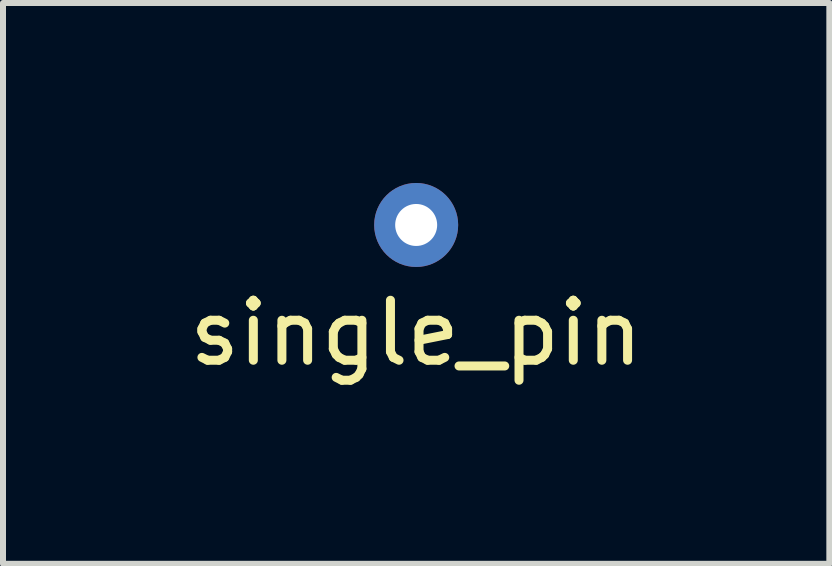
<source format=kicad_pcb>
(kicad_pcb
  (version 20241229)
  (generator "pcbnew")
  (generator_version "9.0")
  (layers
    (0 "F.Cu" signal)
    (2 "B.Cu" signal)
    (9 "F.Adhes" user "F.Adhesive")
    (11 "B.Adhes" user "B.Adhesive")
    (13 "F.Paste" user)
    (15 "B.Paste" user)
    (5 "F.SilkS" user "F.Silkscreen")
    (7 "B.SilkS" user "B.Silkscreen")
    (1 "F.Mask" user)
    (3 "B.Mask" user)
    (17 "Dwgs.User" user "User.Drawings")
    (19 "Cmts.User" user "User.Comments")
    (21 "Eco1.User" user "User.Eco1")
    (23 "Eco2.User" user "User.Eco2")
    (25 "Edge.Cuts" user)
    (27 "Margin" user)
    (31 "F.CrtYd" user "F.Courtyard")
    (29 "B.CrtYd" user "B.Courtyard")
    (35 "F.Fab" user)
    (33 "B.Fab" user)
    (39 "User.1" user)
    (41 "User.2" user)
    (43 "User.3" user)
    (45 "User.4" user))
  (footprint "single_pin"
    (layer "F.Cu")
    (at 3.887 0.7)
    (property "Reference" "single_pin" (at 0 1.8 0) (layer "F.SilkS") (effects (font (size 1 1) (thickness 0.15))))
    (attr through_hole)
    (pad "1" thru_hole circle (at 0 0) (size 1.4 1.4) (drill 0.7) (layers "*.Cu" "*.Mask")))
  (gr_rect
    (start -3 -3)
    (end 10.774 6.348)
    (stroke (width 0.1) (type default))
    (fill no)
    (layer "Edge.Cuts")))
</source>
